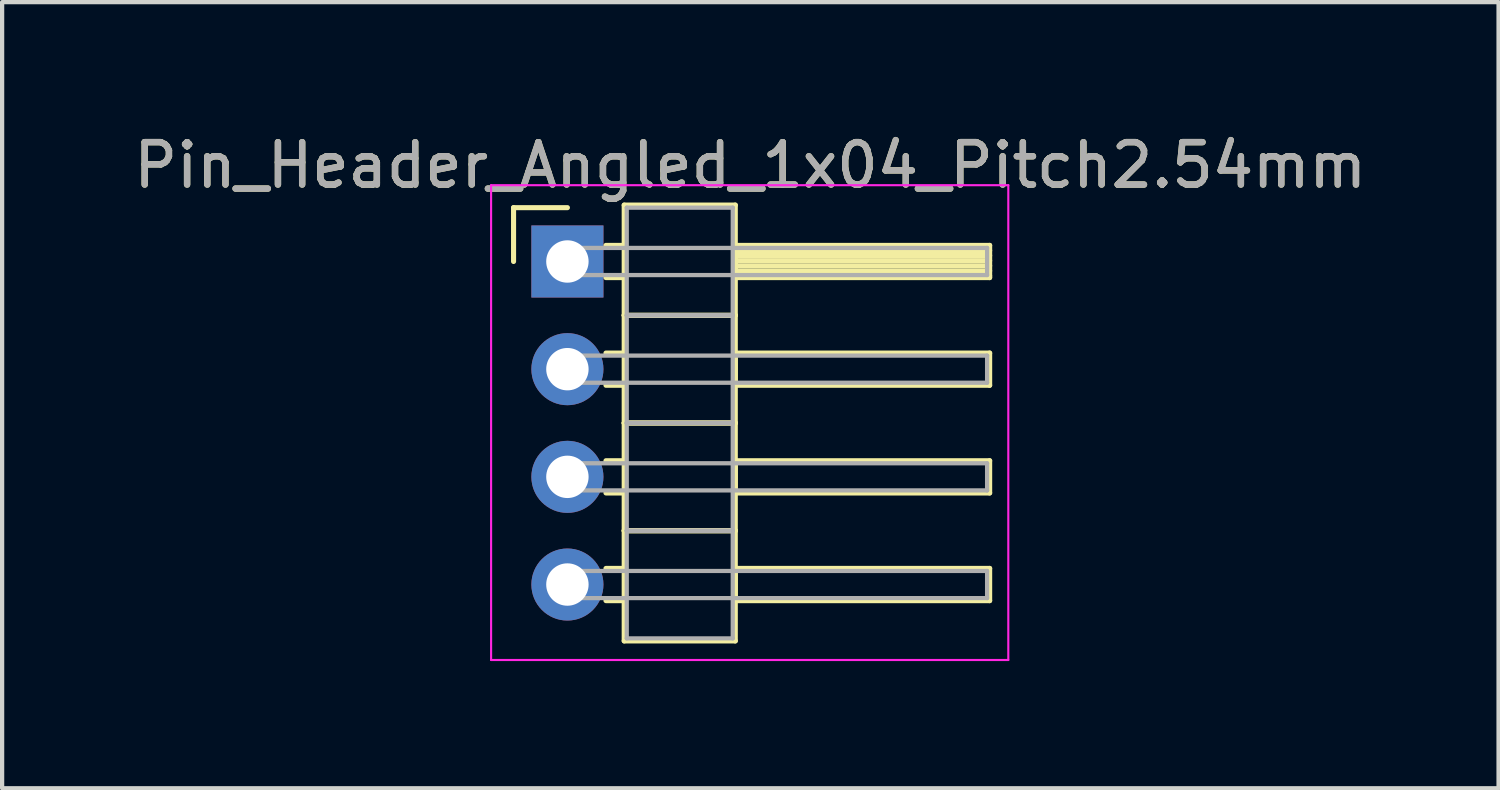
<source format=kicad_pcb>
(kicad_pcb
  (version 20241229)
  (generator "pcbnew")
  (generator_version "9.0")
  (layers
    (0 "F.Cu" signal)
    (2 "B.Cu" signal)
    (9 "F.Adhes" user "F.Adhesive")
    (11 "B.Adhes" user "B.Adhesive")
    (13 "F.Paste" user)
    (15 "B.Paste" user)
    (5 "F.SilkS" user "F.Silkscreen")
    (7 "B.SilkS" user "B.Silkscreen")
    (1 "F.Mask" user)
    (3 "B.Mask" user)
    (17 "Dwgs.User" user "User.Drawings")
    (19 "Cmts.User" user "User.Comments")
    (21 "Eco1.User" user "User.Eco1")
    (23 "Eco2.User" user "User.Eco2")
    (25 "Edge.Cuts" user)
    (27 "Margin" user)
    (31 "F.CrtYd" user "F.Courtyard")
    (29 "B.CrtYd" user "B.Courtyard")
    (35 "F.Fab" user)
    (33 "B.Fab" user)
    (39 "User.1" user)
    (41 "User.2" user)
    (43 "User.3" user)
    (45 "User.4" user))
  (footprint "Pin_Header_Angled_1x04_Pitch2.54mm"
    (layer "F.Cu")
    (at 10.334 3.118)
    (property "Reference" "Pin_Header_Angled_1x04_Pitch2.54mm" (at 4.315 -2.27 0) (layer "F.SilkS") (effects (font (size 1 1) (thickness 0.15))))
    (attr through_hole)
    (fp_line (start -1.27 -1.27) (end 0 -1.27) (stroke (width 0.12) (type solid)) (layer "F.SilkS"))
    (fp_line (start -1.27 0) (end -1.27 -1.27) (stroke (width 0.12) (type solid)) (layer "F.SilkS"))
    (fp_line (start 0.91 -0.38) (end 1.34 -0.38) (stroke (width 0.12) (type solid)) (layer "F.SilkS"))
    (fp_line (start 0.91 0.38) (end 1.34 0.38) (stroke (width 0.12) (type solid)) (layer "F.SilkS"))
    (fp_line (start 0.91 2.16) (end 1.34 2.16) (stroke (width 0.12) (type solid)) (layer "F.SilkS"))
    (fp_line (start 0.91 2.92) (end 1.34 2.92) (stroke (width 0.12) (type solid)) (layer "F.SilkS"))
    (fp_line (start 0.91 4.7) (end 1.34 4.7) (stroke (width 0.12) (type solid)) (layer "F.SilkS"))
    (fp_line (start 0.91 5.46) (end 1.34 5.46) (stroke (width 0.12) (type solid)) (layer "F.SilkS"))
    (fp_line (start 0.91 7.24) (end 1.34 7.24) (stroke (width 0.12) (type solid)) (layer "F.SilkS"))
    (fp_line (start 0.91 8) (end 1.34 8) (stroke (width 0.12) (type solid)) (layer "F.SilkS"))
    (fp_line (start 1.34 -1.33) (end 1.34 1.27) (stroke (width 0.12) (type solid)) (layer "F.SilkS"))
    (fp_line (start 1.34 1.27) (end 1.34 3.81) (stroke (width 0.12) (type solid)) (layer "F.SilkS"))
    (fp_line (start 1.34 1.27) (end 3.96 1.27) (stroke (width 0.12) (type solid)) (layer "F.SilkS"))
    (fp_line (start 1.34 3.81) (end 1.34 6.35) (stroke (width 0.12) (type solid)) (layer "F.SilkS"))
    (fp_line (start 1.34 3.81) (end 3.96 3.81) (stroke (width 0.12) (type solid)) (layer "F.SilkS"))
    (fp_line (start 1.34 6.35) (end 1.34 8.95) (stroke (width 0.12) (type solid)) (layer "F.SilkS"))
    (fp_line (start 1.34 6.35) (end 3.96 6.35) (stroke (width 0.12) (type solid)) (layer "F.SilkS"))
    (fp_line (start 1.34 8.95) (end 3.96 8.95) (stroke (width 0.12) (type solid)) (layer "F.SilkS"))
    (fp_line (start 3.96 -1.33) (end 1.34 -1.33) (stroke (width 0.12) (type solid)) (layer "F.SilkS"))
    (fp_line (start 3.96 -0.38) (end 3.96 0.38) (stroke (width 0.12) (type solid)) (layer "F.SilkS"))
    (fp_line (start 3.96 -0.26) (end 9.96 -0.26) (stroke (width 0.12) (type solid)) (layer "F.SilkS"))
    (fp_line (start 3.96 -0.14) (end 9.96 -0.14) (stroke (width 0.12) (type solid)) (layer "F.SilkS"))
    (fp_line (start 3.96 -0.02) (end 9.96 -0.02) (stroke (width 0.12) (type solid)) (layer "F.SilkS"))
    (fp_line (start 3.96 0.1) (end 9.96 0.1) (stroke (width 0.12) (type solid)) (layer "F.SilkS"))
    (fp_line (start 3.96 0.22) (end 9.96 0.22) (stroke (width 0.12) (type solid)) (layer "F.SilkS"))
    (fp_line (start 3.96 0.34) (end 9.96 0.34) (stroke (width 0.12) (type solid)) (layer "F.SilkS"))
    (fp_line (start 3.96 0.38) (end 9.96 0.38) (stroke (width 0.12) (type solid)) (layer "F.SilkS"))
    (fp_line (start 3.96 1.27) (end 1.34 1.27) (stroke (width 0.12) (type solid)) (layer "F.SilkS"))
    (fp_line (start 3.96 1.27) (end 3.96 -1.33) (stroke (width 0.12) (type solid)) (layer "F.SilkS"))
    (fp_line (start 3.96 2.16) (end 3.96 2.92) (stroke (width 0.12) (type solid)) (layer "F.SilkS"))
    (fp_line (start 3.96 2.92) (end 9.96 2.92) (stroke (width 0.12) (type solid)) (layer "F.SilkS"))
    (fp_line (start 3.96 3.81) (end 1.34 3.81) (stroke (width 0.12) (type solid)) (layer "F.SilkS"))
    (fp_line (start 3.96 3.81) (end 3.96 1.27) (stroke (width 0.12) (type solid)) (layer "F.SilkS"))
    (fp_line (start 3.96 4.7) (end 3.96 5.46) (stroke (width 0.12) (type solid)) (layer "F.SilkS"))
    (fp_line (start 3.96 5.46) (end 9.96 5.46) (stroke (width 0.12) (type solid)) (layer "F.SilkS"))
    (fp_line (start 3.96 6.35) (end 1.34 6.35) (stroke (width 0.12) (type solid)) (layer "F.SilkS"))
    (fp_line (start 3.96 6.35) (end 3.96 3.81) (stroke (width 0.12) (type solid)) (layer "F.SilkS"))
    (fp_line (start 3.96 7.24) (end 3.96 8) (stroke (width 0.12) (type solid)) (layer "F.SilkS"))
    (fp_line (start 3.96 8) (end 9.96 8) (stroke (width 0.12) (type solid)) (layer "F.SilkS"))
    (fp_line (start 3.96 8.95) (end 3.96 6.35) (stroke (width 0.12) (type solid)) (layer "F.SilkS"))
    (fp_line (start 9.96 -0.38) (end 3.96 -0.38) (stroke (width 0.12) (type solid)) (layer "F.SilkS"))
    (fp_line (start 9.96 0.38) (end 9.96 -0.38) (stroke (width 0.12) (type solid)) (layer "F.SilkS"))
    (fp_line (start 9.96 2.16) (end 3.96 2.16) (stroke (width 0.12) (type solid)) (layer "F.SilkS"))
    (fp_line (start 9.96 2.92) (end 9.96 2.16) (stroke (width 0.12) (type solid)) (layer "F.SilkS"))
    (fp_line (start 9.96 4.7) (end 3.96 4.7) (stroke (width 0.12) (type solid)) (layer "F.SilkS"))
    (fp_line (start 9.96 5.46) (end 9.96 4.7) (stroke (width 0.12) (type solid)) (layer "F.SilkS"))
    (fp_line (start 9.96 7.24) (end 3.96 7.24) (stroke (width 0.12) (type solid)) (layer "F.SilkS"))
    (fp_line (start 9.96 8) (end 9.96 7.24) (stroke (width 0.12) (type solid)) (layer "F.SilkS"))
    (fp_line (start -1.8 -1.8) (end -1.8 9.4) (stroke (width 0.05) (type solid)) (layer "F.CrtYd"))
    (fp_line (start -1.8 9.4) (end 10.4 9.4) (stroke (width 0.05) (type solid)) (layer "F.CrtYd"))
    (fp_line (start 10.4 -1.8) (end -1.8 -1.8) (stroke (width 0.05) (type solid)) (layer "F.CrtYd"))
    (fp_line (start 10.4 9.4) (end 10.4 -1.8) (stroke (width 0.05) (type solid)) (layer "F.CrtYd"))
    (fp_line (start 0 -0.32) (end 0 0.32) (stroke (width 0.1) (type solid)) (layer "F.Fab"))
    (fp_line (start 0 0.32) (end 9.9 0.32) (stroke (width 0.1) (type solid)) (layer "F.Fab"))
    (fp_line (start 0 2.22) (end 0 2.86) (stroke (width 0.1) (type solid)) (layer "F.Fab"))
    (fp_line (start 0 2.86) (end 9.9 2.86) (stroke (width 0.1) (type solid)) (layer "F.Fab"))
    (fp_line (start 0 4.76) (end 0 5.4) (stroke (width 0.1) (type solid)) (layer "F.Fab"))
    (fp_line (start 0 5.4) (end 9.9 5.4) (stroke (width 0.1) (type solid)) (layer "F.Fab"))
    (fp_line (start 0 7.3) (end 0 7.94) (stroke (width 0.1) (type solid)) (layer "F.Fab"))
    (fp_line (start 0 7.94) (end 9.9 7.94) (stroke (width 0.1) (type solid)) (layer "F.Fab"))
    (fp_line (start 1.4 -1.27) (end 1.4 1.27) (stroke (width 0.1) (type solid)) (layer "F.Fab"))
    (fp_line (start 1.4 1.27) (end 1.4 3.81) (stroke (width 0.1) (type solid)) (layer "F.Fab"))
    (fp_line (start 1.4 1.27) (end 3.9 1.27) (stroke (width 0.1) (type solid)) (layer "F.Fab"))
    (fp_line (start 1.4 3.81) (end 1.4 6.35) (stroke (width 0.1) (type solid)) (layer "F.Fab"))
    (fp_line (start 1.4 3.81) (end 3.9 3.81) (stroke (width 0.1) (type solid)) (layer "F.Fab"))
    (fp_line (start 1.4 6.35) (end 1.4 8.89) (stroke (width 0.1) (type solid)) (layer "F.Fab"))
    (fp_line (start 1.4 6.35) (end 3.9 6.35) (stroke (width 0.1) (type solid)) (layer "F.Fab"))
    (fp_line (start 1.4 8.89) (end 3.9 8.89) (stroke (width 0.1) (type solid)) (layer "F.Fab"))
    (fp_line (start 3.9 -1.27) (end 1.4 -1.27) (stroke (width 0.1) (type solid)) (layer "F.Fab"))
    (fp_line (start 3.9 1.27) (end 1.4 1.27) (stroke (width 0.1) (type solid)) (layer "F.Fab"))
    (fp_line (start 3.9 1.27) (end 3.9 -1.27) (stroke (width 0.1) (type solid)) (layer "F.Fab"))
    (fp_line (start 3.9 3.81) (end 1.4 3.81) (stroke (width 0.1) (type solid)) (layer "F.Fab"))
    (fp_line (start 3.9 3.81) (end 3.9 1.27) (stroke (width 0.1) (type solid)) (layer "F.Fab"))
    (fp_line (start 3.9 6.35) (end 1.4 6.35) (stroke (width 0.1) (type solid)) (layer "F.Fab"))
    (fp_line (start 3.9 6.35) (end 3.9 3.81) (stroke (width 0.1) (type solid)) (layer "F.Fab"))
    (fp_line (start 3.9 8.89) (end 3.9 6.35) (stroke (width 0.1) (type solid)) (layer "F.Fab"))
    (fp_line (start 9.9 -0.32) (end 0 -0.32) (stroke (width 0.1) (type solid)) (layer "F.Fab"))
    (fp_line (start 9.9 0.32) (end 9.9 -0.32) (stroke (width 0.1) (type solid)) (layer "F.Fab"))
    (fp_line (start 9.9 2.22) (end 0 2.22) (stroke (width 0.1) (type solid)) (layer "F.Fab"))
    (fp_line (start 9.9 2.86) (end 9.9 2.22) (stroke (width 0.1) (type solid)) (layer "F.Fab"))
    (fp_line (start 9.9 4.76) (end 0 4.76) (stroke (width 0.1) (type solid)) (layer "F.Fab"))
    (fp_line (start 9.9 5.4) (end 9.9 4.76) (stroke (width 0.1) (type solid)) (layer "F.Fab"))
    (fp_line (start 9.9 7.3) (end 0 7.3) (stroke (width 0.1) (type solid)) (layer "F.Fab"))
    (fp_line (start 9.9 7.94) (end 9.9 7.3) (stroke (width 0.1) (type solid)) (layer "F.Fab"))
    (fp_text user "${REFERENCE}" (at 4.315 -2.27 0) (layer "F.Fab") (effects (font (size 1 1) (thickness 0.15))))
    (pad "1" thru_hole rect (at 0 0) (size 1.7 1.7) (drill 1) (layers "*.Cu" "*.Mask"))
    (pad "2" thru_hole oval (at 0 2.54) (size 1.7 1.7) (drill 1) (layers "*.Cu" "*.Mask"))
    (pad "3" thru_hole oval (at 0 5.08) (size 1.7 1.7) (drill 1) (layers "*.Cu" "*.Mask"))
    (pad "4" thru_hole oval (at 0 7.62) (size 1.7 1.7) (drill 1) (layers "*.Cu" "*.Mask")))
  (gr_rect
    (start -3 -3)
    (end 32.298 15.543)
    (stroke (width 0.1) (type default))
    (fill no)
    (layer "Edge.Cuts")))
</source>
